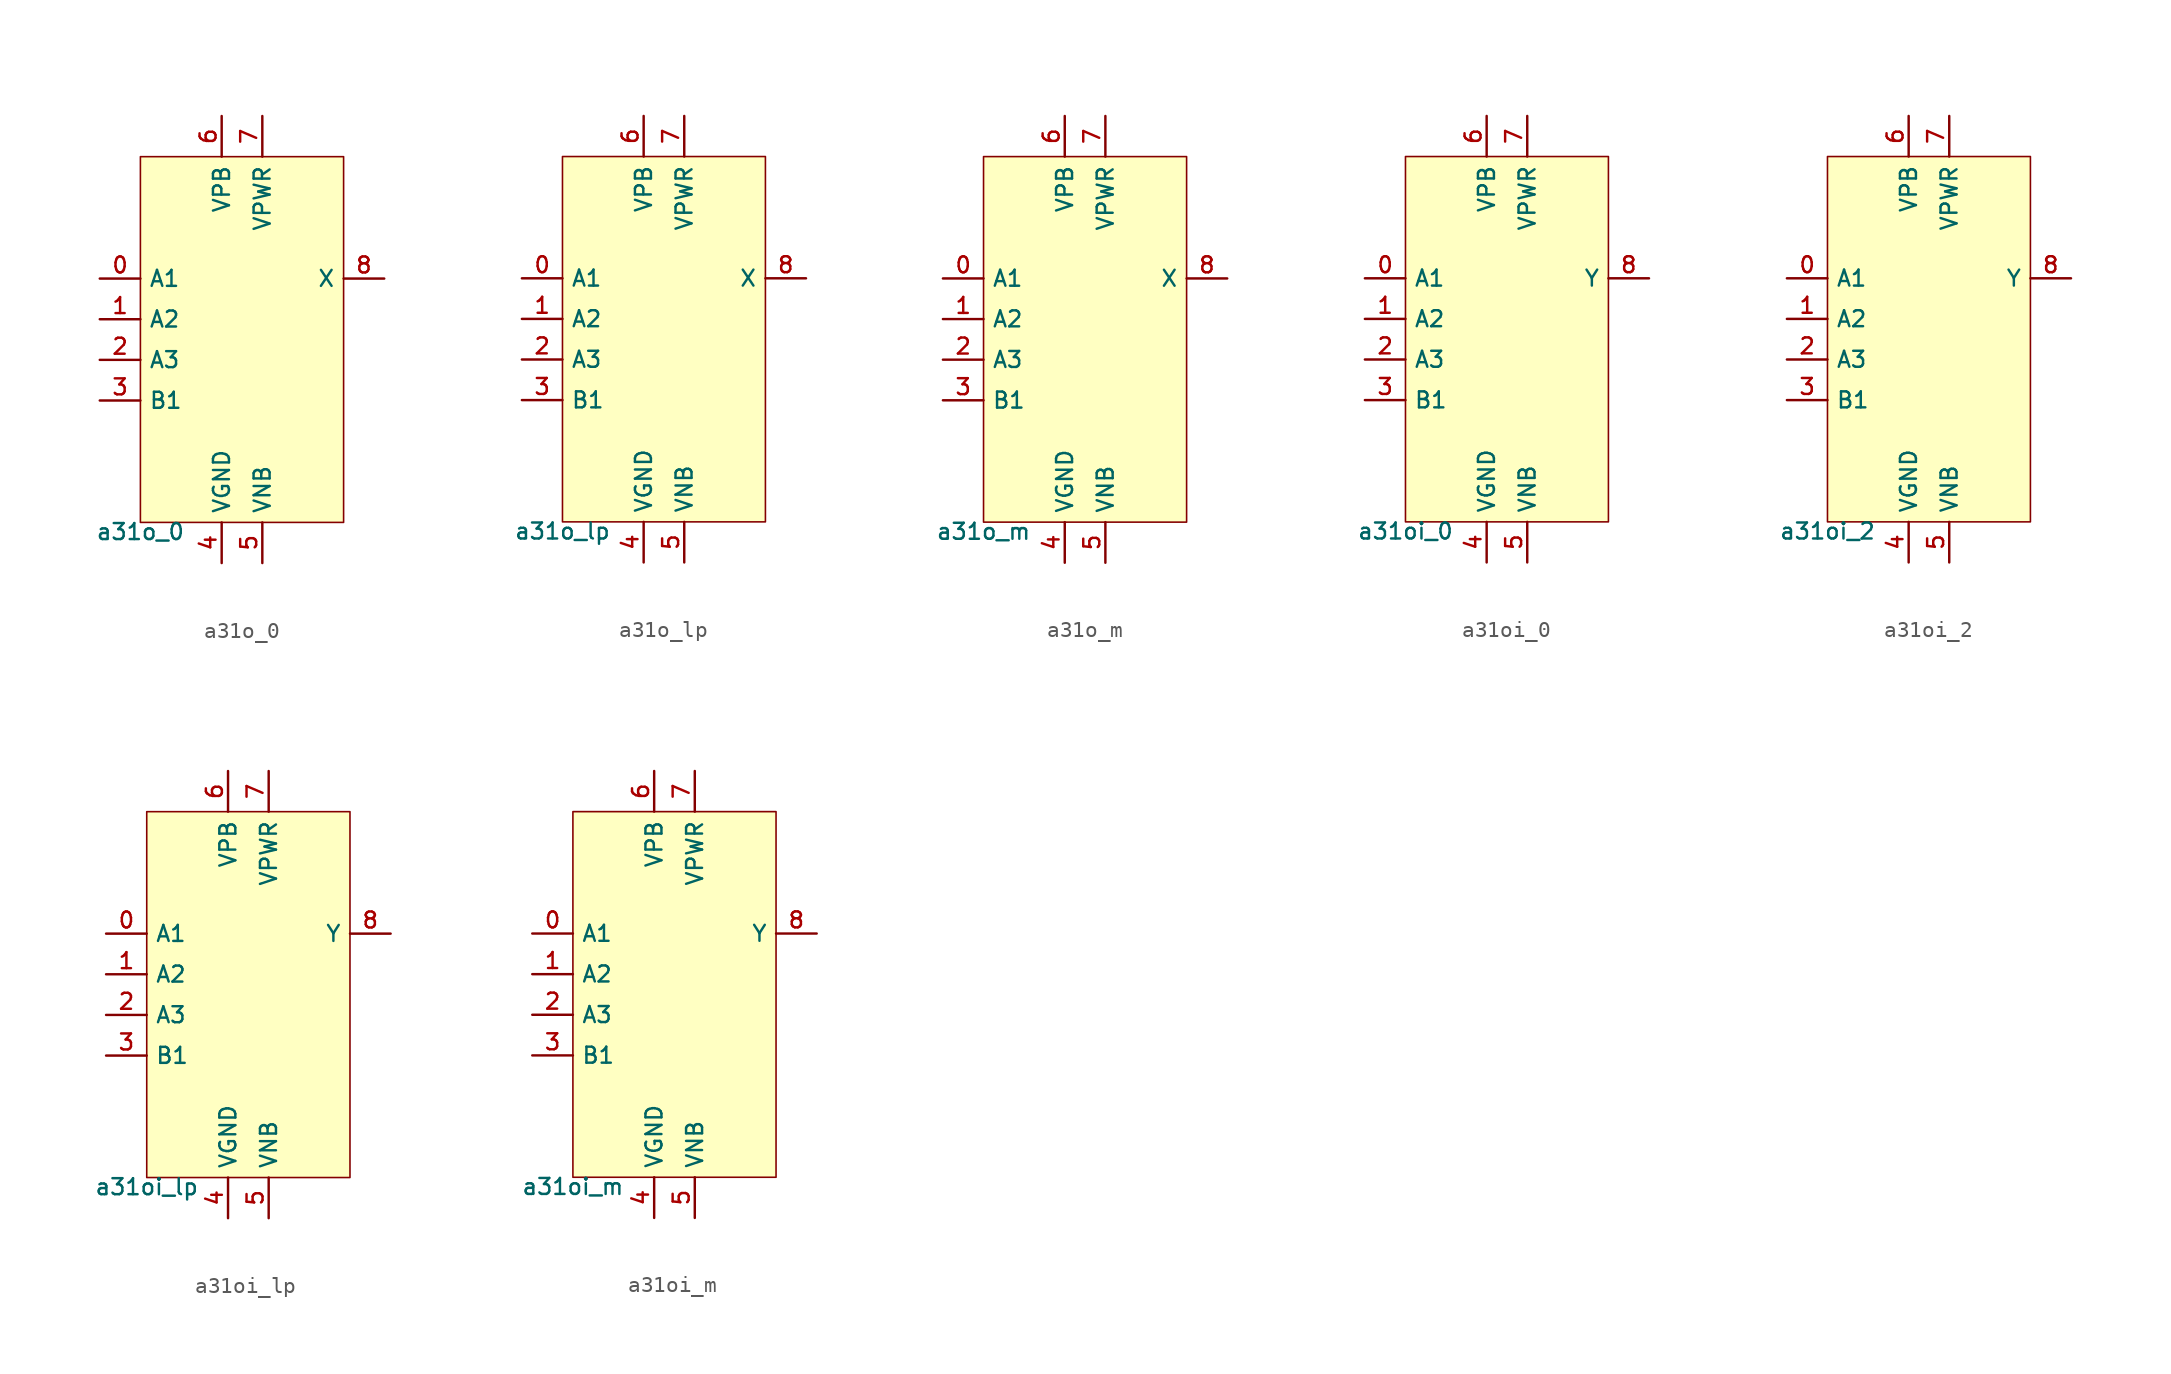
<source format=kicad_sym>
(kicad_symbol_lib
  (version 20211014)
  (generator pdk2kicad)
  (symbol "a31o_0"
    (property "Reference" "X"
      (at 0 0 0)
      (effects (font (size 1 1)) hide))
    (property "Value" "a31o_0"
      (at -6.35 -11.43 0)
      (effects (font (size 1 1)) (justify top)))
    (rectangle
      (start -6.35 -11.43)
      (end 6.35 11.43)
      (stroke (width 0.1) (type solid) (color 0 0 0 0))
      (fill (type background)))
    (pin input line
      (at -8.89 3.81 0)
      (length 2.54)
      (name "A1" (effects (font (size 1 1)) hide))
      (number "0" (effects (font (size 1 1)) hide)))
    (pin input line
      (at -8.89 1.27 0)
      (length 2.54)
      (name "A2" (effects (font (size 1 1)) hide))
      (number "1" (effects (font (size 1 1)) hide)))
    (pin input line
      (at -8.89 -1.27 0)
      (length 2.54)
      (name "A3" (effects (font (size 1 1)) hide))
      (number "2" (effects (font (size 1 1)) hide)))
    (pin input line
      (at -8.89 -3.81 0)
      (length 2.54)
      (name "B1" (effects (font (size 1 1)) hide))
      (number "3" (effects (font (size 1 1)) hide)))
    (pin power_in line
      (at -1.27 -13.97 90)
      (length 2.54)
      (name "VGND" (effects (font (size 1 1)) hide))
      (number "4" (effects (font (size 1 1)) hide)))
    (pin power_in line
      (at 1.27 -13.97 90)
      (length 2.54)
      (name "VNB" (effects (font (size 1 1)) hide))
      (number "5" (effects (font (size 1 1)) hide)))
    (pin power_in line
      (at -1.27 13.97 270)
      (length 2.54)
      (name "VPB" (effects (font (size 1 1)) hide))
      (number "6" (effects (font (size 1 1)) hide)))
    (pin power_in line
      (at 1.27 13.97 270)
      (length 2.54)
      (name "VPWR" (effects (font (size 1 1)) hide))
      (number "7" (effects (font (size 1 1)) hide)))
    (pin output line
      (at 8.89 3.81 180)
      (length 2.54)
      (name "X" (effects (font (size 1 1)) hide))
      (number "8" (effects (font (size 1 1)) hide))))
  (symbol "a31o_lp"
    (property "Reference" "X"
      (at 0 0 0)
      (effects (font (size 1 1)) hide))
    (property "Value" "a31o_lp"
      (at -6.35 -11.43 0)
      (effects (font (size 1 1)) (justify top)))
    (rectangle
      (start -6.35 -11.43)
      (end 6.35 11.43)
      (stroke (width 0.1) (type solid) (color 0 0 0 0))
      (fill (type background)))
    (pin input line
      (at -8.89 3.81 0)
      (length 2.54)
      (name "A1" (effects (font (size 1 1)) hide))
      (number "0" (effects (font (size 1 1)) hide)))
    (pin input line
      (at -8.89 1.27 0)
      (length 2.54)
      (name "A2" (effects (font (size 1 1)) hide))
      (number "1" (effects (font (size 1 1)) hide)))
    (pin input line
      (at -8.89 -1.27 0)
      (length 2.54)
      (name "A3" (effects (font (size 1 1)) hide))
      (number "2" (effects (font (size 1 1)) hide)))
    (pin input line
      (at -8.89 -3.81 0)
      (length 2.54)
      (name "B1" (effects (font (size 1 1)) hide))
      (number "3" (effects (font (size 1 1)) hide)))
    (pin power_in line
      (at -1.27 -13.97 90)
      (length 2.54)
      (name "VGND" (effects (font (size 1 1)) hide))
      (number "4" (effects (font (size 1 1)) hide)))
    (pin power_in line
      (at 1.27 -13.97 90)
      (length 2.54)
      (name "VNB" (effects (font (size 1 1)) hide))
      (number "5" (effects (font (size 1 1)) hide)))
    (pin power_in line
      (at -1.27 13.97 270)
      (length 2.54)
      (name "VPB" (effects (font (size 1 1)) hide))
      (number "6" (effects (font (size 1 1)) hide)))
    (pin power_in line
      (at 1.27 13.97 270)
      (length 2.54)
      (name "VPWR" (effects (font (size 1 1)) hide))
      (number "7" (effects (font (size 1 1)) hide)))
    (pin output line
      (at 8.89 3.81 180)
      (length 2.54)
      (name "X" (effects (font (size 1 1)) hide))
      (number "8" (effects (font (size 1 1)) hide))))
  (symbol "a31o_m"
    (property "Reference" "X"
      (at 0 0 0)
      (effects (font (size 1 1)) hide))
    (property "Value" "a31o_m"
      (at -6.35 -11.43 0)
      (effects (font (size 1 1)) (justify top)))
    (rectangle
      (start -6.35 -11.43)
      (end 6.35 11.43)
      (stroke (width 0.1) (type solid) (color 0 0 0 0))
      (fill (type background)))
    (pin input line
      (at -8.89 3.81 0)
      (length 2.54)
      (name "A1" (effects (font (size 1 1)) hide))
      (number "0" (effects (font (size 1 1)) hide)))
    (pin input line
      (at -8.89 1.27 0)
      (length 2.54)
      (name "A2" (effects (font (size 1 1)) hide))
      (number "1" (effects (font (size 1 1)) hide)))
    (pin input line
      (at -8.89 -1.27 0)
      (length 2.54)
      (name "A3" (effects (font (size 1 1)) hide))
      (number "2" (effects (font (size 1 1)) hide)))
    (pin input line
      (at -8.89 -3.81 0)
      (length 2.54)
      (name "B1" (effects (font (size 1 1)) hide))
      (number "3" (effects (font (size 1 1)) hide)))
    (pin power_in line
      (at -1.27 -13.97 90)
      (length 2.54)
      (name "VGND" (effects (font (size 1 1)) hide))
      (number "4" (effects (font (size 1 1)) hide)))
    (pin power_in line
      (at 1.27 -13.97 90)
      (length 2.54)
      (name "VNB" (effects (font (size 1 1)) hide))
      (number "5" (effects (font (size 1 1)) hide)))
    (pin power_in line
      (at -1.27 13.97 270)
      (length 2.54)
      (name "VPB" (effects (font (size 1 1)) hide))
      (number "6" (effects (font (size 1 1)) hide)))
    (pin power_in line
      (at 1.27 13.97 270)
      (length 2.54)
      (name "VPWR" (effects (font (size 1 1)) hide))
      (number "7" (effects (font (size 1 1)) hide)))
    (pin output line
      (at 8.89 3.81 180)
      (length 2.54)
      (name "X" (effects (font (size 1 1)) hide))
      (number "8" (effects (font (size 1 1)) hide))))
  (symbol "a31oi_0"
    (property "Reference" "X"
      (at 0 0 0)
      (effects (font (size 1 1)) hide))
    (property "Value" "a31oi_0"
      (at -6.35 -11.43 0)
      (effects (font (size 1 1)) (justify top)))
    (rectangle
      (start -6.35 -11.43)
      (end 6.35 11.43)
      (stroke (width 0.1) (type solid) (color 0 0 0 0))
      (fill (type background)))
    (pin input line
      (at -8.89 3.81 0)
      (length 2.54)
      (name "A1" (effects (font (size 1 1)) hide))
      (number "0" (effects (font (size 1 1)) hide)))
    (pin input line
      (at -8.89 1.27 0)
      (length 2.54)
      (name "A2" (effects (font (size 1 1)) hide))
      (number "1" (effects (font (size 1 1)) hide)))
    (pin input line
      (at -8.89 -1.27 0)
      (length 2.54)
      (name "A3" (effects (font (size 1 1)) hide))
      (number "2" (effects (font (size 1 1)) hide)))
    (pin input line
      (at -8.89 -3.81 0)
      (length 2.54)
      (name "B1" (effects (font (size 1 1)) hide))
      (number "3" (effects (font (size 1 1)) hide)))
    (pin power_in line
      (at -1.27 -13.97 90)
      (length 2.54)
      (name "VGND" (effects (font (size 1 1)) hide))
      (number "4" (effects (font (size 1 1)) hide)))
    (pin power_in line
      (at 1.27 -13.97 90)
      (length 2.54)
      (name "VNB" (effects (font (size 1 1)) hide))
      (number "5" (effects (font (size 1 1)) hide)))
    (pin power_in line
      (at -1.27 13.97 270)
      (length 2.54)
      (name "VPB" (effects (font (size 1 1)) hide))
      (number "6" (effects (font (size 1 1)) hide)))
    (pin power_in line
      (at 1.27 13.97 270)
      (length 2.54)
      (name "VPWR" (effects (font (size 1 1)) hide))
      (number "7" (effects (font (size 1 1)) hide)))
    (pin output line
      (at 8.89 3.81 180)
      (length 2.54)
      (name "Y" (effects (font (size 1 1)) hide))
      (number "8" (effects (font (size 1 1)) hide))))
  (symbol "a31oi_2"
    (property "Reference" "X"
      (at 0 0 0)
      (effects (font (size 1 1)) hide))
    (property "Value" "a31oi_2"
      (at -6.35 -11.43 0)
      (effects (font (size 1 1)) (justify top)))
    (rectangle
      (start -6.35 -11.43)
      (end 6.35 11.43)
      (stroke (width 0.1) (type solid) (color 0 0 0 0))
      (fill (type background)))
    (pin input line
      (at -8.89 3.81 0)
      (length 2.54)
      (name "A1" (effects (font (size 1 1)) hide))
      (number "0" (effects (font (size 1 1)) hide)))
    (pin input line
      (at -8.89 1.27 0)
      (length 2.54)
      (name "A2" (effects (font (size 1 1)) hide))
      (number "1" (effects (font (size 1 1)) hide)))
    (pin input line
      (at -8.89 -1.27 0)
      (length 2.54)
      (name "A3" (effects (font (size 1 1)) hide))
      (number "2" (effects (font (size 1 1)) hide)))
    (pin input line
      (at -8.89 -3.81 0)
      (length 2.54)
      (name "B1" (effects (font (size 1 1)) hide))
      (number "3" (effects (font (size 1 1)) hide)))
    (pin power_in line
      (at -1.27 -13.97 90)
      (length 2.54)
      (name "VGND" (effects (font (size 1 1)) hide))
      (number "4" (effects (font (size 1 1)) hide)))
    (pin power_in line
      (at 1.27 -13.97 90)
      (length 2.54)
      (name "VNB" (effects (font (size 1 1)) hide))
      (number "5" (effects (font (size 1 1)) hide)))
    (pin power_in line
      (at -1.27 13.97 270)
      (length 2.54)
      (name "VPB" (effects (font (size 1 1)) hide))
      (number "6" (effects (font (size 1 1)) hide)))
    (pin power_in line
      (at 1.27 13.97 270)
      (length 2.54)
      (name "VPWR" (effects (font (size 1 1)) hide))
      (number "7" (effects (font (size 1 1)) hide)))
    (pin output line
      (at 8.89 3.81 180)
      (length 2.54)
      (name "Y" (effects (font (size 1 1)) hide))
      (number "8" (effects (font (size 1 1)) hide))))
  (symbol "a31oi_lp"
    (property "Reference" "X"
      (at 0 0 0)
      (effects (font (size 1 1)) hide))
    (property "Value" "a31oi_lp"
      (at -6.35 -11.43 0)
      (effects (font (size 1 1)) (justify top)))
    (rectangle
      (start -6.35 -11.43)
      (end 6.35 11.43)
      (stroke (width 0.1) (type solid) (color 0 0 0 0))
      (fill (type background)))
    (pin input line
      (at -8.89 3.81 0)
      (length 2.54)
      (name "A1" (effects (font (size 1 1)) hide))
      (number "0" (effects (font (size 1 1)) hide)))
    (pin input line
      (at -8.89 1.27 0)
      (length 2.54)
      (name "A2" (effects (font (size 1 1)) hide))
      (number "1" (effects (font (size 1 1)) hide)))
    (pin input line
      (at -8.89 -1.27 0)
      (length 2.54)
      (name "A3" (effects (font (size 1 1)) hide))
      (number "2" (effects (font (size 1 1)) hide)))
    (pin input line
      (at -8.89 -3.81 0)
      (length 2.54)
      (name "B1" (effects (font (size 1 1)) hide))
      (number "3" (effects (font (size 1 1)) hide)))
    (pin power_in line
      (at -1.27 -13.97 90)
      (length 2.54)
      (name "VGND" (effects (font (size 1 1)) hide))
      (number "4" (effects (font (size 1 1)) hide)))
    (pin power_in line
      (at 1.27 -13.97 90)
      (length 2.54)
      (name "VNB" (effects (font (size 1 1)) hide))
      (number "5" (effects (font (size 1 1)) hide)))
    (pin power_in line
      (at -1.27 13.97 270)
      (length 2.54)
      (name "VPB" (effects (font (size 1 1)) hide))
      (number "6" (effects (font (size 1 1)) hide)))
    (pin power_in line
      (at 1.27 13.97 270)
      (length 2.54)
      (name "VPWR" (effects (font (size 1 1)) hide))
      (number "7" (effects (font (size 1 1)) hide)))
    (pin output line
      (at 8.89 3.81 180)
      (length 2.54)
      (name "Y" (effects (font (size 1 1)) hide))
      (number "8" (effects (font (size 1 1)) hide))))
  (symbol "a31oi_m"
    (property "Reference" "X"
      (at 0 0 0)
      (effects (font (size 1 1)) hide))
    (property "Value" "a31oi_m"
      (at -6.35 -11.43 0)
      (effects (font (size 1 1)) (justify top)))
    (rectangle
      (start -6.35 -11.43)
      (end 6.35 11.43)
      (stroke (width 0.1) (type solid) (color 0 0 0 0))
      (fill (type background)))
    (pin input line
      (at -8.89 3.81 0)
      (length 2.54)
      (name "A1" (effects (font (size 1 1)) hide))
      (number "0" (effects (font (size 1 1)) hide)))
    (pin input line
      (at -8.89 1.27 0)
      (length 2.54)
      (name "A2" (effects (font (size 1 1)) hide))
      (number "1" (effects (font (size 1 1)) hide)))
    (pin input line
      (at -8.89 -1.27 0)
      (length 2.54)
      (name "A3" (effects (font (size 1 1)) hide))
      (number "2" (effects (font (size 1 1)) hide)))
    (pin input line
      (at -8.89 -3.81 0)
      (length 2.54)
      (name "B1" (effects (font (size 1 1)) hide))
      (number "3" (effects (font (size 1 1)) hide)))
    (pin power_in line
      (at -1.27 -13.97 90)
      (length 2.54)
      (name "VGND" (effects (font (size 1 1)) hide))
      (number "4" (effects (font (size 1 1)) hide)))
    (pin power_in line
      (at 1.27 -13.97 90)
      (length 2.54)
      (name "VNB" (effects (font (size 1 1)) hide))
      (number "5" (effects (font (size 1 1)) hide)))
    (pin power_in line
      (at -1.27 13.97 270)
      (length 2.54)
      (name "VPB" (effects (font (size 1 1)) hide))
      (number "6" (effects (font (size 1 1)) hide)))
    (pin power_in line
      (at 1.27 13.97 270)
      (length 2.54)
      (name "VPWR" (effects (font (size 1 1)) hide))
      (number "7" (effects (font (size 1 1)) hide)))
    (pin output line
      (at 8.89 3.81 180)
      (length 2.54)
      (name "Y" (effects (font (size 1 1)) hide))
      (number "8" (effects (font (size 1 1)) hide)))))
</source>
